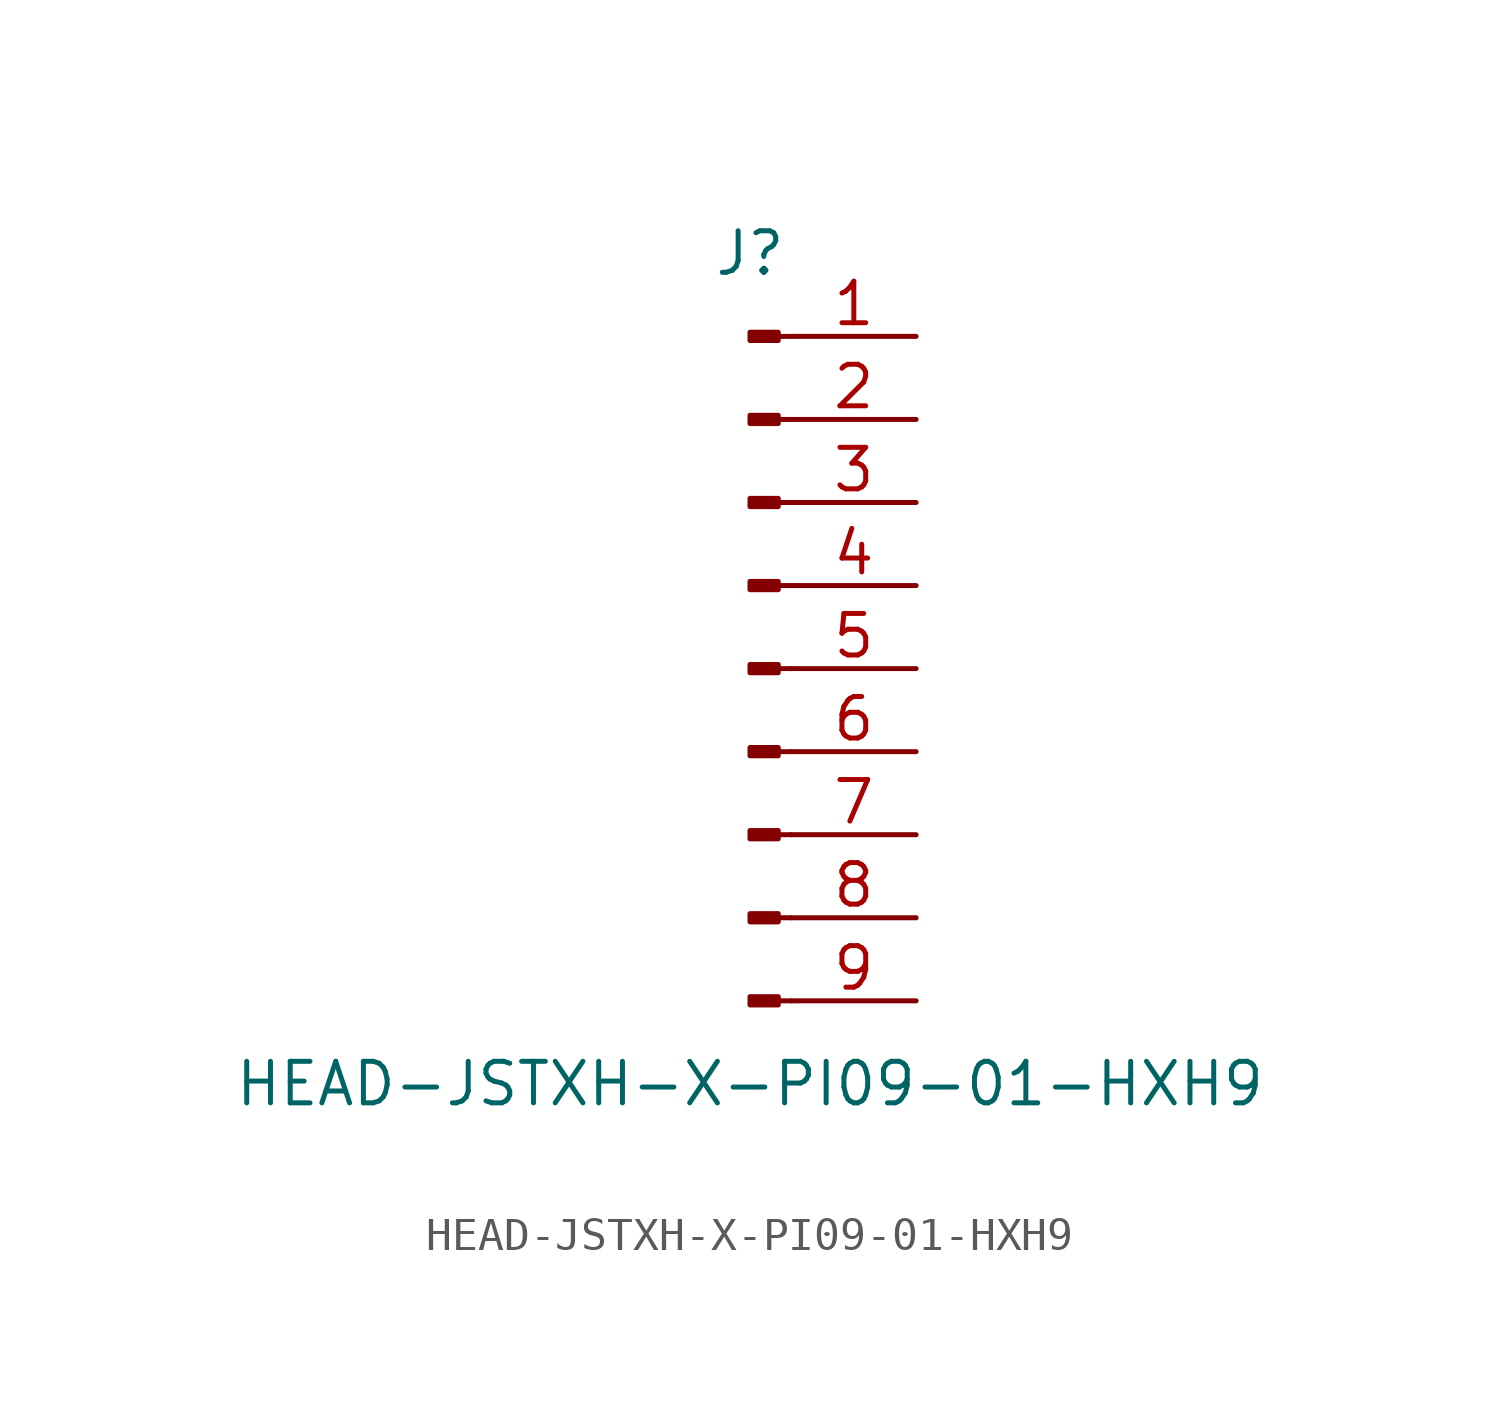
<source format=kicad_sym>
(kicad_symbol_lib
  (version 20211014)
  (generator kicad_symbol_editor)
  (symbol "HEAD-JSTXH-X-PI09-01-HXH9"
    (pin_names
      (offset 1.016) hide)
    (property "Reference" "J"
      (at 0 12.7 0)
      (effects (font (size 1.27 1.27))))
    (property "Value" "HEAD-JSTXH-X-PI09-01-HXH9"
      (at 0 -12.7 0)
      (effects (font (size 1.27 1.27))))
    (symbol "HEAD-JSTXH-X-PI09-01-HXH9_1_1"
      (polyline (pts (xy 1.27 -10.16) (xy 0.864 -10.16)) (stroke (width 0.152) (type default) (color 0 0 0 0)) (fill (type none)))
      (polyline (pts (xy 1.27 -7.62) (xy 0.864 -7.62)) (stroke (width 0.152) (type default) (color 0 0 0 0)) (fill (type none)))
      (polyline (pts (xy 1.27 -5.08) (xy 0.864 -5.08)) (stroke (width 0.152) (type default) (color 0 0 0 0)) (fill (type none)))
      (polyline (pts (xy 1.27 -2.54) (xy 0.864 -2.54)) (stroke (width 0.152) (type default) (color 0 0 0 0)) (fill (type none)))
      (polyline (pts (xy 1.27 0) (xy 0.864 0)) (stroke (width 0.152) (type default) (color 0 0 0 0)) (fill (type none)))
      (polyline (pts (xy 1.27 2.54) (xy 0.864 2.54)) (stroke (width 0.152) (type default) (color 0 0 0 0)) (fill (type none)))
      (polyline (pts (xy 1.27 5.08) (xy 0.864 5.08)) (stroke (width 0.152) (type default) (color 0 0 0 0)) (fill (type none)))
      (polyline (pts (xy 1.27 7.62) (xy 0.864 7.62)) (stroke (width 0.152) (type default) (color 0 0 0 0)) (fill (type none)))
      (polyline (pts (xy 1.27 10.16) (xy 0.864 10.16)) (stroke (width 0.152) (type default) (color 0 0 0 0)) (fill (type none)))
      (rectangle (start 0.864 -10.033) (end 0 -10.287) (stroke (width 0.152) (type default) (color 0 0 0 0)) (fill (type outline)))
      (rectangle (start 0.864 -7.493) (end 0 -7.747) (stroke (width 0.152) (type default) (color 0 0 0 0)) (fill (type outline)))
      (rectangle (start 0.864 -4.953) (end 0 -5.207) (stroke (width 0.152) (type default) (color 0 0 0 0)) (fill (type outline)))
      (rectangle (start 0.864 -2.413) (end 0 -2.667) (stroke (width 0.152) (type default) (color 0 0 0 0)) (fill (type outline)))
      (rectangle (start 0.864 0.127) (end 0 -0.127) (stroke (width 0.152) (type default) (color 0 0 0 0)) (fill (type outline)))
      (rectangle (start 0.864 2.667) (end 0 2.413) (stroke (width 0.152) (type default) (color 0 0 0 0)) (fill (type outline)))
      (rectangle (start 0.864 5.207) (end 0 4.953) (stroke (width 0.152) (type default) (color 0 0 0 0)) (fill (type outline)))
      (rectangle (start 0.864 7.747) (end 0 7.493) (stroke (width 0.152) (type default) (color 0 0 0 0)) (fill (type outline)))
      (rectangle (start 0.864 10.287) (end 0 10.033) (stroke (width 0.152) (type default) (color 0 0 0 0)) (fill (type outline)))
      (pin passive line (at 5.08 10.16 180) (length 3.81) (name "Pin_1" (effects (font (size 1.27 1.27)))) (number "1" (effects (font (size 1.27 1.27)))))
      (pin passive line (at 5.08 7.62 180) (length 3.81) (name "Pin_2" (effects (font (size 1.27 1.27)))) (number "2" (effects (font (size 1.27 1.27)))))
      (pin passive line (at 5.08 5.08 180) (length 3.81) (name "Pin_3" (effects (font (size 1.27 1.27)))) (number "3" (effects (font (size 1.27 1.27)))))
      (pin passive line (at 5.08 2.54 180) (length 3.81) (name "Pin_4" (effects (font (size 1.27 1.27)))) (number "4" (effects (font (size 1.27 1.27)))))
      (pin passive line (at 5.08 0 180) (length 3.81) (name "Pin_5" (effects (font (size 1.27 1.27)))) (number "5" (effects (font (size 1.27 1.27)))))
      (pin passive line (at 5.08 -2.54 180) (length 3.81) (name "Pin_6" (effects (font (size 1.27 1.27)))) (number "6" (effects (font (size 1.27 1.27)))))
      (pin passive line (at 5.08 -5.08 180) (length 3.81) (name "Pin_7" (effects (font (size 1.27 1.27)))) (number "7" (effects (font (size 1.27 1.27)))))
      (pin passive line (at 5.08 -7.62 180) (length 3.81) (name "Pin_8" (effects (font (size 1.27 1.27)))) (number "8" (effects (font (size 1.27 1.27)))))
      (pin passive line (at 5.08 -10.16 180) (length 3.81) (name "Pin_9" (effects (font (size 1.27 1.27)))) (number "9" (effects (font (size 1.27 1.27))))))))
</source>
